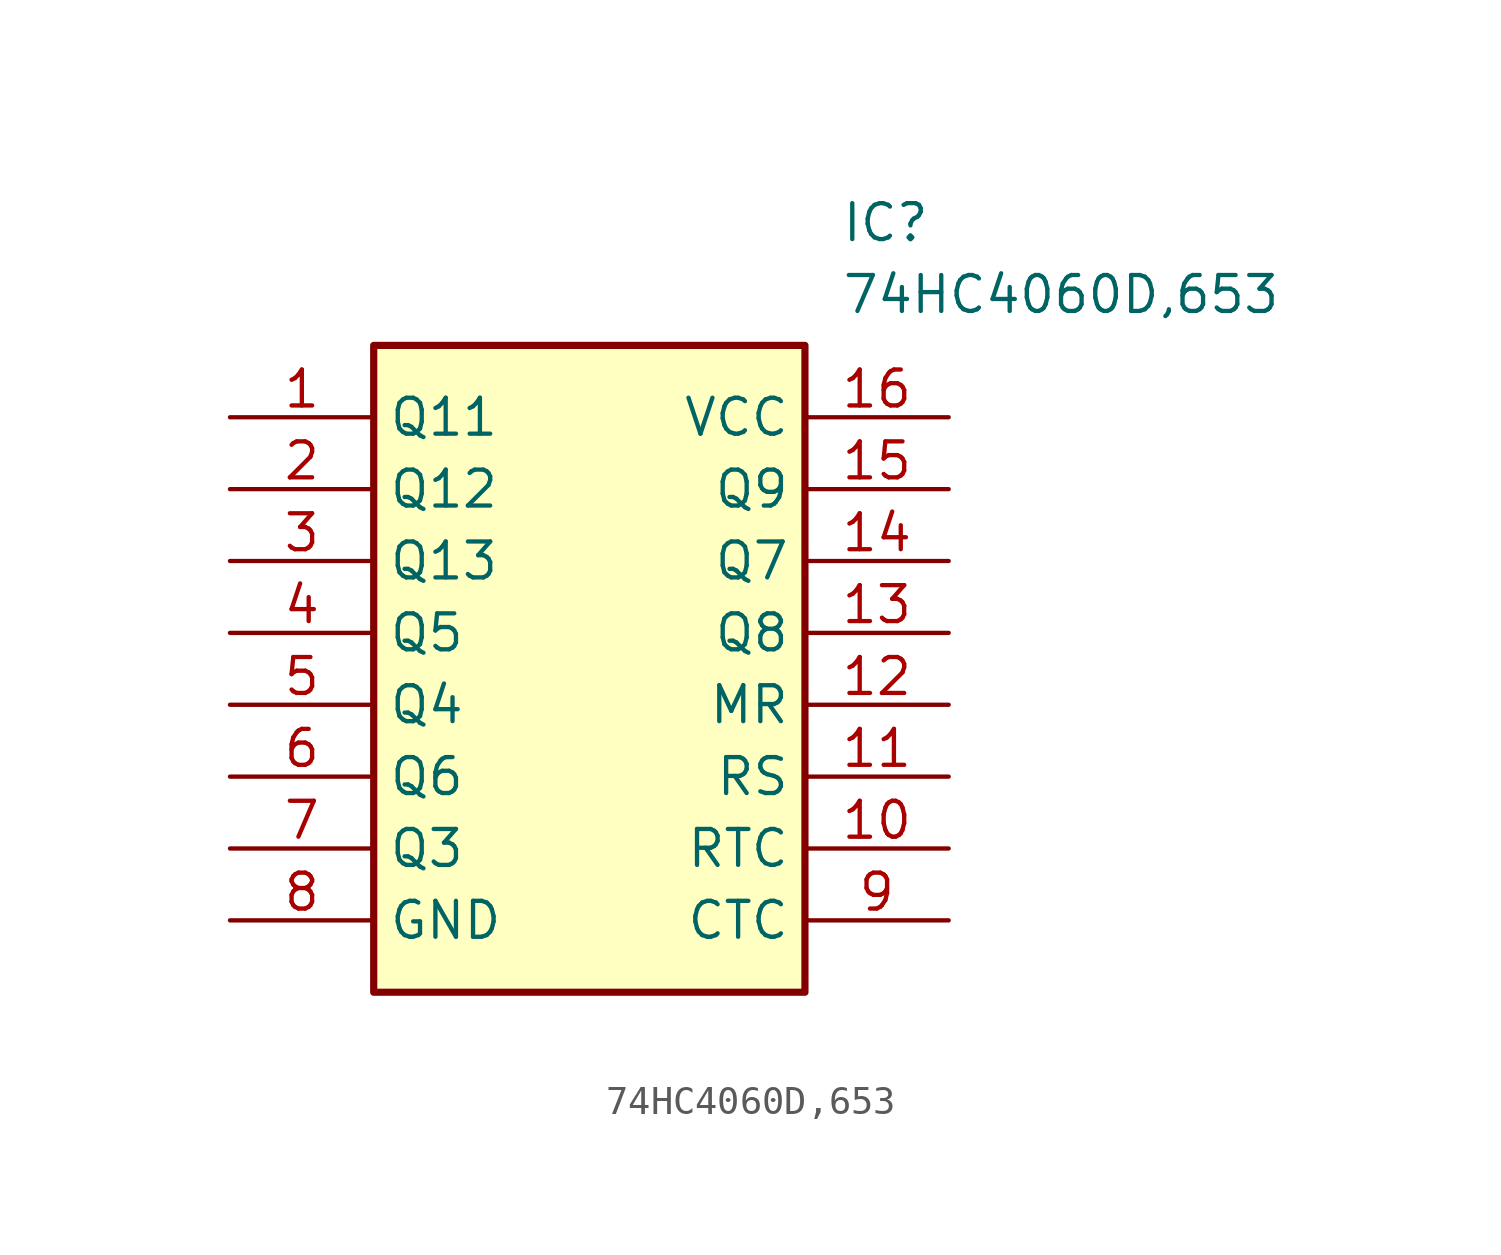
<source format=kicad_sym>
(kicad_symbol_lib
  (version 20211014)
  (generator SamacSys_ECAD_Model)
  (symbol "74HC4060D,653"
    (property "Reference" "IC"
      (at 21.59 7.62 0)
      (effects (font (size 1.27 1.27)) (justify left top)))
    (property "Value" "74HC4060D,653"
      (at 21.59 5.08 0)
      (effects (font (size 1.27 1.27)) (justify left top)))
    (rectangle
      (start 5.08 2.54)
      (end 20.32 -20.32)
      (stroke (width 0.254) (type default))
      (fill (type background)))
    (pin passive line
      (at 0 0 0)
      (length 5.08)
      (name "Q11" (effects (font (size 1.27 1.27))))
      (number "1" (effects (font (size 1.27 1.27)))))
    (pin passive line
      (at 0 -2.54 0)
      (length 5.08)
      (name "Q12" (effects (font (size 1.27 1.27))))
      (number "2" (effects (font (size 1.27 1.27)))))
    (pin passive line
      (at 0 -5.08 0)
      (length 5.08)
      (name "Q13" (effects (font (size 1.27 1.27))))
      (number "3" (effects (font (size 1.27 1.27)))))
    (pin passive line
      (at 0 -7.62 0)
      (length 5.08)
      (name "Q5" (effects (font (size 1.27 1.27))))
      (number "4" (effects (font (size 1.27 1.27)))))
    (pin passive line
      (at 0 -10.16 0)
      (length 5.08)
      (name "Q4" (effects (font (size 1.27 1.27))))
      (number "5" (effects (font (size 1.27 1.27)))))
    (pin passive line
      (at 0 -12.7 0)
      (length 5.08)
      (name "Q6" (effects (font (size 1.27 1.27))))
      (number "6" (effects (font (size 1.27 1.27)))))
    (pin passive line
      (at 0 -15.24 0)
      (length 5.08)
      (name "Q3" (effects (font (size 1.27 1.27))))
      (number "7" (effects (font (size 1.27 1.27)))))
    (pin passive line
      (at 0 -17.78 0)
      (length 5.08)
      (name "GND" (effects (font (size 1.27 1.27))))
      (number "8" (effects (font (size 1.27 1.27)))))
    (pin passive line
      (at 25.4 -17.78 180)
      (length 5.08)
      (name "CTC" (effects (font (size 1.27 1.27))))
      (number "9" (effects (font (size 1.27 1.27)))))
    (pin passive line
      (at 25.4 -15.24 180)
      (length 5.08)
      (name "RTC" (effects (font (size 1.27 1.27))))
      (number "10" (effects (font (size 1.27 1.27)))))
    (pin passive line
      (at 25.4 -12.7 180)
      (length 5.08)
      (name "RS" (effects (font (size 1.27 1.27))))
      (number "11" (effects (font (size 1.27 1.27)))))
    (pin passive line
      (at 25.4 -10.16 180)
      (length 5.08)
      (name "MR" (effects (font (size 1.27 1.27))))
      (number "12" (effects (font (size 1.27 1.27)))))
    (pin passive line
      (at 25.4 -7.62 180)
      (length 5.08)
      (name "Q8" (effects (font (size 1.27 1.27))))
      (number "13" (effects (font (size 1.27 1.27)))))
    (pin passive line
      (at 25.4 -5.08 180)
      (length 5.08)
      (name "Q7" (effects (font (size 1.27 1.27))))
      (number "14" (effects (font (size 1.27 1.27)))))
    (pin passive line
      (at 25.4 -2.54 180)
      (length 5.08)
      (name "Q9" (effects (font (size 1.27 1.27))))
      (number "15" (effects (font (size 1.27 1.27)))))
    (pin passive line
      (at 25.4 0 180)
      (length 5.08)
      (name "VCC" (effects (font (size 1.27 1.27))))
      (number "16" (effects (font (size 1.27 1.27)))))))
</source>
